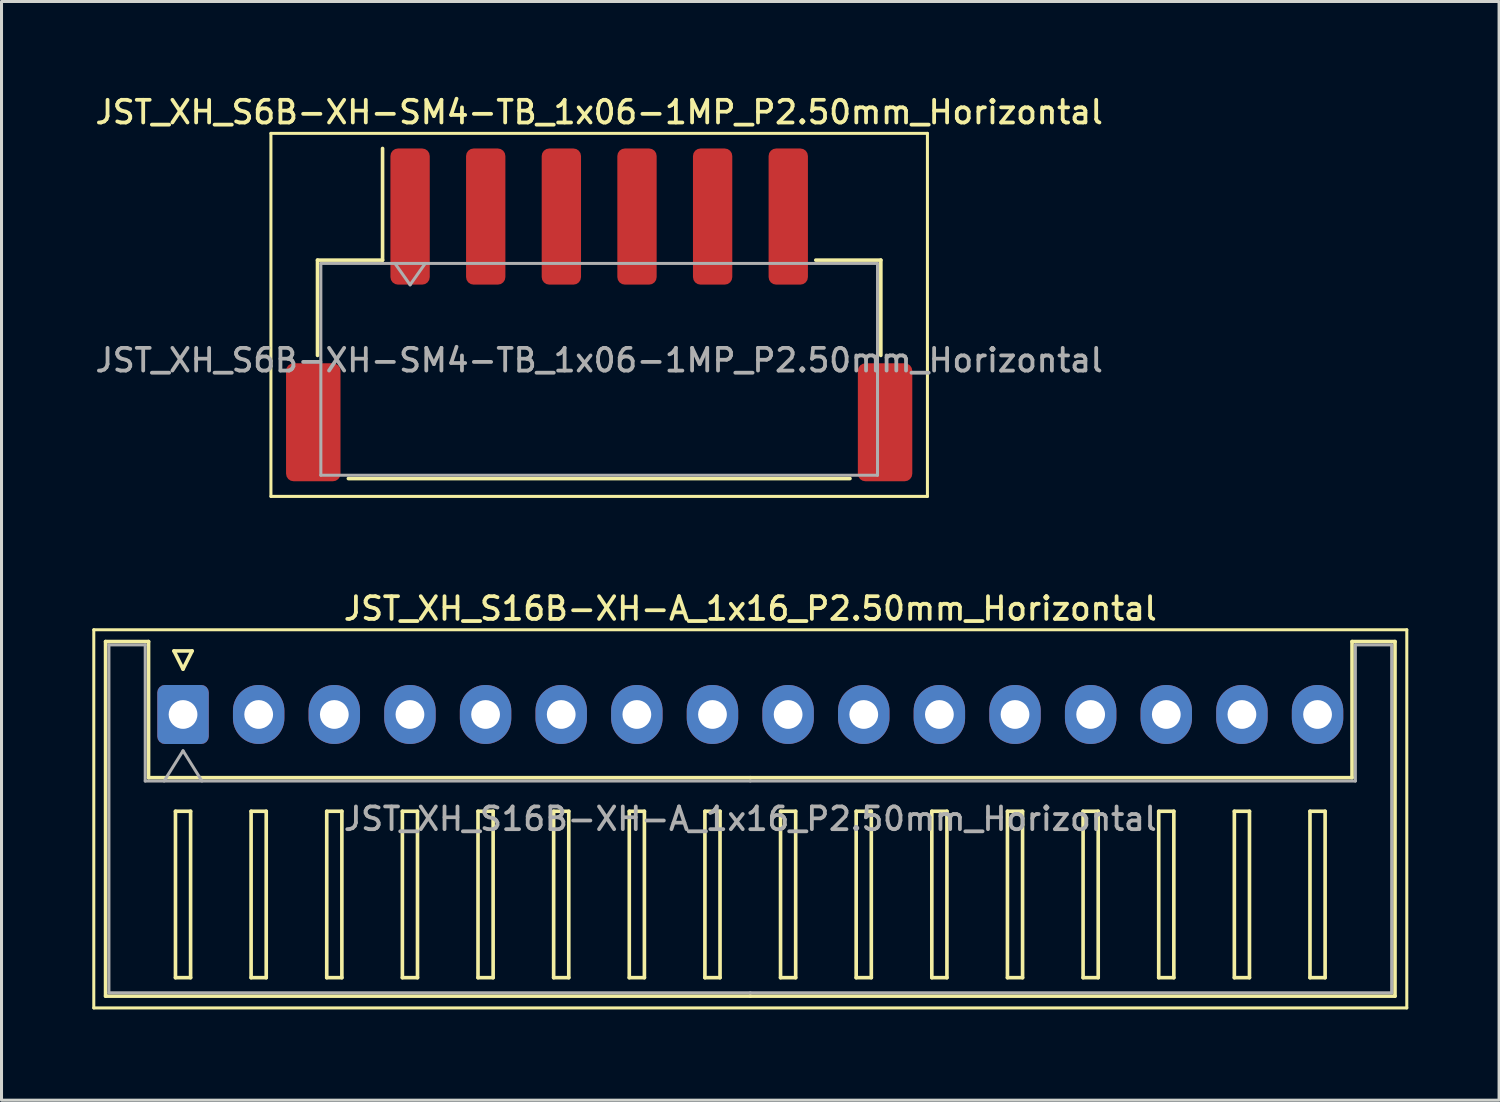
<source format=kicad_pcb>
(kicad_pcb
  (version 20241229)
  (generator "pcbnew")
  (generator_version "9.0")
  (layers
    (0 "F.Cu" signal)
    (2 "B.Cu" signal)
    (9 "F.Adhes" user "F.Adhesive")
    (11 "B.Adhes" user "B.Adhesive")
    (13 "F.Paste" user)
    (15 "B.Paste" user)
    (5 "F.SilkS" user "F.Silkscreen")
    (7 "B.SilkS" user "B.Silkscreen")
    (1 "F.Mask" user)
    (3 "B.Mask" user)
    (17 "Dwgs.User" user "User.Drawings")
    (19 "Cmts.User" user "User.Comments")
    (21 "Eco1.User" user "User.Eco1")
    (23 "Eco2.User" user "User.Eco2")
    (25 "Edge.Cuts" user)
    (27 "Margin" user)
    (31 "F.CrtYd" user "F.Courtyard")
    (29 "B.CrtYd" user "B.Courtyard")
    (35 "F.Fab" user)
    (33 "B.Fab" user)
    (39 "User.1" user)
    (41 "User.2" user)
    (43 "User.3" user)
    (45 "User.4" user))
  (footprint "JST_XH_S6B-XH-SM4-TB_1x06-1MP_P2.50mm_Horizontal"
    (layer "F.Cu")
    (at 16.755 7.358)
    (property "Reference" "JST_XH_S6B-XH-SM4-TB_1x06-1MP_P2.50mm_Horizontal" (at 0 -6.7 0) (layer "F.SilkS") (effects (font (size 0.75 0.75) (thickness 0.125))))
    (attr smd)
    (fp_line (start -10.85 -6) (end -10.85 6) (stroke (width 0.1) (type solid)) (layer "F.SilkS"))
    (fp_line (start -10.85 6) (end 10.85 6) (stroke (width 0.1) (type solid)) (layer "F.SilkS"))
    (fp_line (start -9.31 -1.81) (end -7.16 -1.81) (stroke (width 0.12) (type solid)) (layer "F.SilkS"))
    (fp_line (start -9.31 1.34) (end -9.31 -1.81) (stroke (width 0.12) (type solid)) (layer "F.SilkS"))
    (fp_line (start -8.29 5.41) (end 8.29 5.41) (stroke (width 0.12) (type solid)) (layer "F.SilkS"))
    (fp_line (start -7.16 -1.81) (end -7.16 -5.5) (stroke (width 0.12) (type solid)) (layer "F.SilkS"))
    (fp_line (start 9.31 -1.81) (end 7.16 -1.81) (stroke (width 0.12) (type solid)) (layer "F.SilkS"))
    (fp_line (start 9.31 1.34) (end 9.31 -1.81) (stroke (width 0.12) (type solid)) (layer "F.SilkS"))
    (fp_line (start 10.85 -6) (end -10.85 -6) (stroke (width 0.1) (type solid)) (layer "F.SilkS"))
    (fp_line (start 10.85 6) (end 10.85 -6) (stroke (width 0.1) (type solid)) (layer "F.SilkS"))
    (fp_line (start -9.2 -1.7) (end -9.2 5.3) (stroke (width 0.1) (type solid)) (layer "F.Fab"))
    (fp_line (start -9.2 -1.7) (end 9.2 -1.7) (stroke (width 0.1) (type solid)) (layer "F.Fab"))
    (fp_line (start -9.2 5.3) (end 9.2 5.3) (stroke (width 0.1) (type solid)) (layer "F.Fab"))
    (fp_line (start -6.75 -1.7) (end -6.25 -0.993) (stroke (width 0.1) (type solid)) (layer "F.Fab"))
    (fp_line (start -6.25 -0.993) (end -5.75 -1.7) (stroke (width 0.1) (type solid)) (layer "F.Fab"))
    (fp_line (start 9.2 -1.7) (end 9.2 5.3) (stroke (width 0.1) (type solid)) (layer "F.Fab"))
    (fp_text user "${REFERENCE}" (at 0 1.5 0) (layer "F.Fab") (effects (font (size 0.75 0.75) (thickness 0.125))))
    (pad "1" smd roundrect (at -6.25 -3.25) (size 1.3 4.5) (layers "F.Cu" "F.Mask" "F.Paste") (roundrect_rratio 0.192))
    (pad "2" smd roundrect (at -3.75 -3.25) (size 1.3 4.5) (layers "F.Cu" "F.Mask" "F.Paste") (roundrect_rratio 0.192))
    (pad "3" smd roundrect (at -1.25 -3.25) (size 1.3 4.5) (layers "F.Cu" "F.Mask" "F.Paste") (roundrect_rratio 0.192))
    (pad "4" smd roundrect (at 1.25 -3.25) (size 1.3 4.5) (layers "F.Cu" "F.Mask" "F.Paste") (roundrect_rratio 0.192))
    (pad "5" smd roundrect (at 3.75 -3.25) (size 1.3 4.5) (layers "F.Cu" "F.Mask" "F.Paste") (roundrect_rratio 0.192))
    (pad "6" smd roundrect (at 6.25 -3.25) (size 1.3 4.5) (layers "F.Cu" "F.Mask" "F.Paste") (roundrect_rratio 0.192))
    (pad "MP" smd roundrect (at -9.45 3.55) (size 1.8 3.9) (layers "F.Cu" "F.Mask" "F.Paste") (roundrect_rratio 0.139))
    (pad "MP" smd roundrect (at 9.45 3.55) (size 1.8 3.9) (layers "F.Cu" "F.Mask" "F.Paste") (roundrect_rratio 0.139)))
  (footprint "JST_XH_S16B-XH-A_1x16_P2.50mm_Horizontal"
    (layer "F.Cu")
    (at 3 20.566)
    (property "Reference" "JST_XH_S16B-XH-A_1x16_P2.50mm_Horizontal" (at 18.75 -3.5 0) (layer "F.SilkS") (effects (font (size 0.75 0.75) (thickness 0.125))))
    (attr through_hole)
    (fp_line (start -2.95 -2.8) (end -2.95 9.7) (stroke (width 0.1) (type solid)) (layer "F.SilkS"))
    (fp_line (start -2.95 9.7) (end 40.45 9.7) (stroke (width 0.1) (type solid)) (layer "F.SilkS"))
    (fp_line (start -2.56 -2.41) (end -1.14 -2.41) (stroke (width 0.12) (type solid)) (layer "F.SilkS"))
    (fp_line (start -2.56 9.31) (end -2.56 -2.41) (stroke (width 0.12) (type solid)) (layer "F.SilkS"))
    (fp_line (start -1.14 -2.41) (end -1.14 2.09) (stroke (width 0.12) (type solid)) (layer "F.SilkS"))
    (fp_line (start -1.14 2.09) (end 18.75 2.09) (stroke (width 0.12) (type solid)) (layer "F.SilkS"))
    (fp_line (start -0.3 -2.1) (end 0.3 -2.1) (stroke (width 0.12) (type solid)) (layer "F.SilkS"))
    (fp_line (start -0.25 3.2) (end -0.25 8.7) (stroke (width 0.12) (type solid)) (layer "F.SilkS"))
    (fp_line (start -0.25 8.7) (end 0.25 8.7) (stroke (width 0.12) (type solid)) (layer "F.SilkS"))
    (fp_line (start 0 -1.5) (end -0.3 -2.1) (stroke (width 0.12) (type solid)) (layer "F.SilkS"))
    (fp_line (start 0.25 3.2) (end -0.25 3.2) (stroke (width 0.12) (type solid)) (layer "F.SilkS"))
    (fp_line (start 0.25 8.7) (end 0.25 3.2) (stroke (width 0.12) (type solid)) (layer "F.SilkS"))
    (fp_line (start 0.3 -2.1) (end 0 -1.5) (stroke (width 0.12) (type solid)) (layer "F.SilkS"))
    (fp_line (start 2.25 3.2) (end 2.25 8.7) (stroke (width 0.12) (type solid)) (layer "F.SilkS"))
    (fp_line (start 2.25 8.7) (end 2.75 8.7) (stroke (width 0.12) (type solid)) (layer "F.SilkS"))
    (fp_line (start 2.75 3.2) (end 2.25 3.2) (stroke (width 0.12) (type solid)) (layer "F.SilkS"))
    (fp_line (start 2.75 8.7) (end 2.75 3.2) (stroke (width 0.12) (type solid)) (layer "F.SilkS"))
    (fp_line (start 4.75 3.2) (end 4.75 8.7) (stroke (width 0.12) (type solid)) (layer "F.SilkS"))
    (fp_line (start 4.75 8.7) (end 5.25 8.7) (stroke (width 0.12) (type solid)) (layer "F.SilkS"))
    (fp_line (start 5.25 3.2) (end 4.75 3.2) (stroke (width 0.12) (type solid)) (layer "F.SilkS"))
    (fp_line (start 5.25 8.7) (end 5.25 3.2) (stroke (width 0.12) (type solid)) (layer "F.SilkS"))
    (fp_line (start 7.25 3.2) (end 7.25 8.7) (stroke (width 0.12) (type solid)) (layer "F.SilkS"))
    (fp_line (start 7.25 8.7) (end 7.75 8.7) (stroke (width 0.12) (type solid)) (layer "F.SilkS"))
    (fp_line (start 7.75 3.2) (end 7.25 3.2) (stroke (width 0.12) (type solid)) (layer "F.SilkS"))
    (fp_line (start 7.75 8.7) (end 7.75 3.2) (stroke (width 0.12) (type solid)) (layer "F.SilkS"))
    (fp_line (start 9.75 3.2) (end 9.75 8.7) (stroke (width 0.12) (type solid)) (layer "F.SilkS"))
    (fp_line (start 9.75 8.7) (end 10.25 8.7) (stroke (width 0.12) (type solid)) (layer "F.SilkS"))
    (fp_line (start 10.25 3.2) (end 9.75 3.2) (stroke (width 0.12) (type solid)) (layer "F.SilkS"))
    (fp_line (start 10.25 8.7) (end 10.25 3.2) (stroke (width 0.12) (type solid)) (layer "F.SilkS"))
    (fp_line (start 12.25 3.2) (end 12.25 8.7) (stroke (width 0.12) (type solid)) (layer "F.SilkS"))
    (fp_line (start 12.25 8.7) (end 12.75 8.7) (stroke (width 0.12) (type solid)) (layer "F.SilkS"))
    (fp_line (start 12.75 3.2) (end 12.25 3.2) (stroke (width 0.12) (type solid)) (layer "F.SilkS"))
    (fp_line (start 12.75 8.7) (end 12.75 3.2) (stroke (width 0.12) (type solid)) (layer "F.SilkS"))
    (fp_line (start 14.75 3.2) (end 14.75 8.7) (stroke (width 0.12) (type solid)) (layer "F.SilkS"))
    (fp_line (start 14.75 8.7) (end 15.25 8.7) (stroke (width 0.12) (type solid)) (layer "F.SilkS"))
    (fp_line (start 15.25 3.2) (end 14.75 3.2) (stroke (width 0.12) (type solid)) (layer "F.SilkS"))
    (fp_line (start 15.25 8.7) (end 15.25 3.2) (stroke (width 0.12) (type solid)) (layer "F.SilkS"))
    (fp_line (start 17.25 3.2) (end 17.25 8.7) (stroke (width 0.12) (type solid)) (layer "F.SilkS"))
    (fp_line (start 17.25 8.7) (end 17.75 8.7) (stroke (width 0.12) (type solid)) (layer "F.SilkS"))
    (fp_line (start 17.75 3.2) (end 17.25 3.2) (stroke (width 0.12) (type solid)) (layer "F.SilkS"))
    (fp_line (start 17.75 8.7) (end 17.75 3.2) (stroke (width 0.12) (type solid)) (layer "F.SilkS"))
    (fp_line (start 18.75 9.31) (end -2.56 9.31) (stroke (width 0.12) (type solid)) (layer "F.SilkS"))
    (fp_line (start 18.75 9.31) (end 40.06 9.31) (stroke (width 0.12) (type solid)) (layer "F.SilkS"))
    (fp_line (start 19.75 3.2) (end 19.75 8.7) (stroke (width 0.12) (type solid)) (layer "F.SilkS"))
    (fp_line (start 19.75 8.7) (end 20.25 8.7) (stroke (width 0.12) (type solid)) (layer "F.SilkS"))
    (fp_line (start 20.25 3.2) (end 19.75 3.2) (stroke (width 0.12) (type solid)) (layer "F.SilkS"))
    (fp_line (start 20.25 8.7) (end 20.25 3.2) (stroke (width 0.12) (type solid)) (layer "F.SilkS"))
    (fp_line (start 22.25 3.2) (end 22.25 8.7) (stroke (width 0.12) (type solid)) (layer "F.SilkS"))
    (fp_line (start 22.25 8.7) (end 22.75 8.7) (stroke (width 0.12) (type solid)) (layer "F.SilkS"))
    (fp_line (start 22.75 3.2) (end 22.25 3.2) (stroke (width 0.12) (type solid)) (layer "F.SilkS"))
    (fp_line (start 22.75 8.7) (end 22.75 3.2) (stroke (width 0.12) (type solid)) (layer "F.SilkS"))
    (fp_line (start 24.75 3.2) (end 24.75 8.7) (stroke (width 0.12) (type solid)) (layer "F.SilkS"))
    (fp_line (start 24.75 8.7) (end 25.25 8.7) (stroke (width 0.12) (type solid)) (layer "F.SilkS"))
    (fp_line (start 25.25 3.2) (end 24.75 3.2) (stroke (width 0.12) (type solid)) (layer "F.SilkS"))
    (fp_line (start 25.25 8.7) (end 25.25 3.2) (stroke (width 0.12) (type solid)) (layer "F.SilkS"))
    (fp_line (start 27.25 3.2) (end 27.25 8.7) (stroke (width 0.12) (type solid)) (layer "F.SilkS"))
    (fp_line (start 27.25 8.7) (end 27.75 8.7) (stroke (width 0.12) (type solid)) (layer "F.SilkS"))
    (fp_line (start 27.75 3.2) (end 27.25 3.2) (stroke (width 0.12) (type solid)) (layer "F.SilkS"))
    (fp_line (start 27.75 8.7) (end 27.75 3.2) (stroke (width 0.12) (type solid)) (layer "F.SilkS"))
    (fp_line (start 29.75 3.2) (end 29.75 8.7) (stroke (width 0.12) (type solid)) (layer "F.SilkS"))
    (fp_line (start 29.75 8.7) (end 30.25 8.7) (stroke (width 0.12) (type solid)) (layer "F.SilkS"))
    (fp_line (start 30.25 3.2) (end 29.75 3.2) (stroke (width 0.12) (type solid)) (layer "F.SilkS"))
    (fp_line (start 30.25 8.7) (end 30.25 3.2) (stroke (width 0.12) (type solid)) (layer "F.SilkS"))
    (fp_line (start 32.25 3.2) (end 32.25 8.7) (stroke (width 0.12) (type solid)) (layer "F.SilkS"))
    (fp_line (start 32.25 8.7) (end 32.75 8.7) (stroke (width 0.12) (type solid)) (layer "F.SilkS"))
    (fp_line (start 32.75 3.2) (end 32.25 3.2) (stroke (width 0.12) (type solid)) (layer "F.SilkS"))
    (fp_line (start 32.75 8.7) (end 32.75 3.2) (stroke (width 0.12) (type solid)) (layer "F.SilkS"))
    (fp_line (start 34.75 3.2) (end 34.75 8.7) (stroke (width 0.12) (type solid)) (layer "F.SilkS"))
    (fp_line (start 34.75 8.7) (end 35.25 8.7) (stroke (width 0.12) (type solid)) (layer "F.SilkS"))
    (fp_line (start 35.25 3.2) (end 34.75 3.2) (stroke (width 0.12) (type solid)) (layer "F.SilkS"))
    (fp_line (start 35.25 8.7) (end 35.25 3.2) (stroke (width 0.12) (type solid)) (layer "F.SilkS"))
    (fp_line (start 37.25 3.2) (end 37.25 8.7) (stroke (width 0.12) (type solid)) (layer "F.SilkS"))
    (fp_line (start 37.25 8.7) (end 37.75 8.7) (stroke (width 0.12) (type solid)) (layer "F.SilkS"))
    (fp_line (start 37.75 3.2) (end 37.25 3.2) (stroke (width 0.12) (type solid)) (layer "F.SilkS"))
    (fp_line (start 37.75 8.7) (end 37.75 3.2) (stroke (width 0.12) (type solid)) (layer "F.SilkS"))
    (fp_line (start 38.64 -2.41) (end 38.64 2.09) (stroke (width 0.12) (type solid)) (layer "F.SilkS"))
    (fp_line (start 38.64 2.09) (end 18.75 2.09) (stroke (width 0.12) (type solid)) (layer "F.SilkS"))
    (fp_line (start 40.06 -2.41) (end 38.64 -2.41) (stroke (width 0.12) (type solid)) (layer "F.SilkS"))
    (fp_line (start 40.06 9.31) (end 40.06 -2.41) (stroke (width 0.12) (type solid)) (layer "F.SilkS"))
    (fp_line (start 40.45 -2.8) (end -2.95 -2.8) (stroke (width 0.1) (type solid)) (layer "F.SilkS"))
    (fp_line (start 40.45 9.7) (end 40.45 -2.8) (stroke (width 0.1) (type solid)) (layer "F.SilkS"))
    (fp_line (start -2.45 -2.3) (end -1.25 -2.3) (stroke (width 0.1) (type solid)) (layer "F.Fab"))
    (fp_line (start -2.45 9.2) (end -2.45 -2.3) (stroke (width 0.1) (type solid)) (layer "F.Fab"))
    (fp_line (start -1.25 -2.3) (end -1.25 2.2) (stroke (width 0.1) (type solid)) (layer "F.Fab"))
    (fp_line (start -1.25 2.2) (end 18.75 2.2) (stroke (width 0.1) (type solid)) (layer "F.Fab"))
    (fp_line (start -0.625 2.2) (end 0 1.2) (stroke (width 0.1) (type solid)) (layer "F.Fab"))
    (fp_line (start 0 1.2) (end 0.625 2.2) (stroke (width 0.1) (type solid)) (layer "F.Fab"))
    (fp_line (start 18.75 9.2) (end -2.45 9.2) (stroke (width 0.1) (type solid)) (layer "F.Fab"))
    (fp_line (start 18.75 9.2) (end 39.95 9.2) (stroke (width 0.1) (type solid)) (layer "F.Fab"))
    (fp_line (start 38.75 -2.3) (end 38.75 2.2) (stroke (width 0.1) (type solid)) (layer "F.Fab"))
    (fp_line (start 38.75 2.2) (end 18.75 2.2) (stroke (width 0.1) (type solid)) (layer "F.Fab"))
    (fp_line (start 39.95 -2.3) (end 38.75 -2.3) (stroke (width 0.1) (type solid)) (layer "F.Fab"))
    (fp_line (start 39.95 9.2) (end 39.95 -2.3) (stroke (width 0.1) (type solid)) (layer "F.Fab"))
    (fp_text user "${REFERENCE}" (at 18.75 3.45 0) (layer "F.Fab") (effects (font (size 0.75 0.75) (thickness 0.125))))
    (pad "1" thru_hole roundrect (at 0 0) (size 1.7 1.95) (drill 0.95) (layers "*.Cu" "*.Mask") (roundrect_rratio 0.147))
    (pad "2" thru_hole oval (at 2.5 0) (size 1.7 1.95) (drill 0.95) (layers "*.Cu" "*.Mask"))
    (pad "3" thru_hole oval (at 5 0) (size 1.7 1.95) (drill 0.95) (layers "*.Cu" "*.Mask"))
    (pad "4" thru_hole oval (at 7.5 0) (size 1.7 1.95) (drill 0.95) (layers "*.Cu" "*.Mask"))
    (pad "5" thru_hole oval (at 10 0) (size 1.7 1.95) (drill 0.95) (layers "*.Cu" "*.Mask"))
    (pad "6" thru_hole oval (at 12.5 0) (size 1.7 1.95) (drill 0.95) (layers "*.Cu" "*.Mask"))
    (pad "7" thru_hole oval (at 15 0) (size 1.7 1.95) (drill 0.95) (layers "*.Cu" "*.Mask"))
    (pad "8" thru_hole oval (at 17.5 0) (size 1.7 1.95) (drill 0.95) (layers "*.Cu" "*.Mask"))
    (pad "9" thru_hole oval (at 20 0) (size 1.7 1.95) (drill 0.95) (layers "*.Cu" "*.Mask"))
    (pad "10" thru_hole oval (at 22.5 0) (size 1.7 1.95) (drill 0.95) (layers "*.Cu" "*.Mask"))
    (pad "11" thru_hole oval (at 25 0) (size 1.7 1.95) (drill 0.95) (layers "*.Cu" "*.Mask"))
    (pad "12" thru_hole oval (at 27.5 0) (size 1.7 1.95) (drill 0.95) (layers "*.Cu" "*.Mask"))
    (pad "13" thru_hole oval (at 30 0) (size 1.7 1.95) (drill 0.95) (layers "*.Cu" "*.Mask"))
    (pad "14" thru_hole oval (at 32.5 0) (size 1.7 1.95) (drill 0.95) (layers "*.Cu" "*.Mask"))
    (pad "15" thru_hole oval (at 35 0) (size 1.7 1.95) (drill 0.95) (layers "*.Cu" "*.Mask"))
    (pad "16" thru_hole oval (at 37.5 0) (size 1.7 1.95) (drill 0.95) (layers "*.Cu" "*.Mask")))
  (gr_rect
    (start -3 -3)
    (end 46.5 33.316)
    (stroke (width 0.1) (type default))
    (fill no)
    (layer "Edge.Cuts")))
</source>
